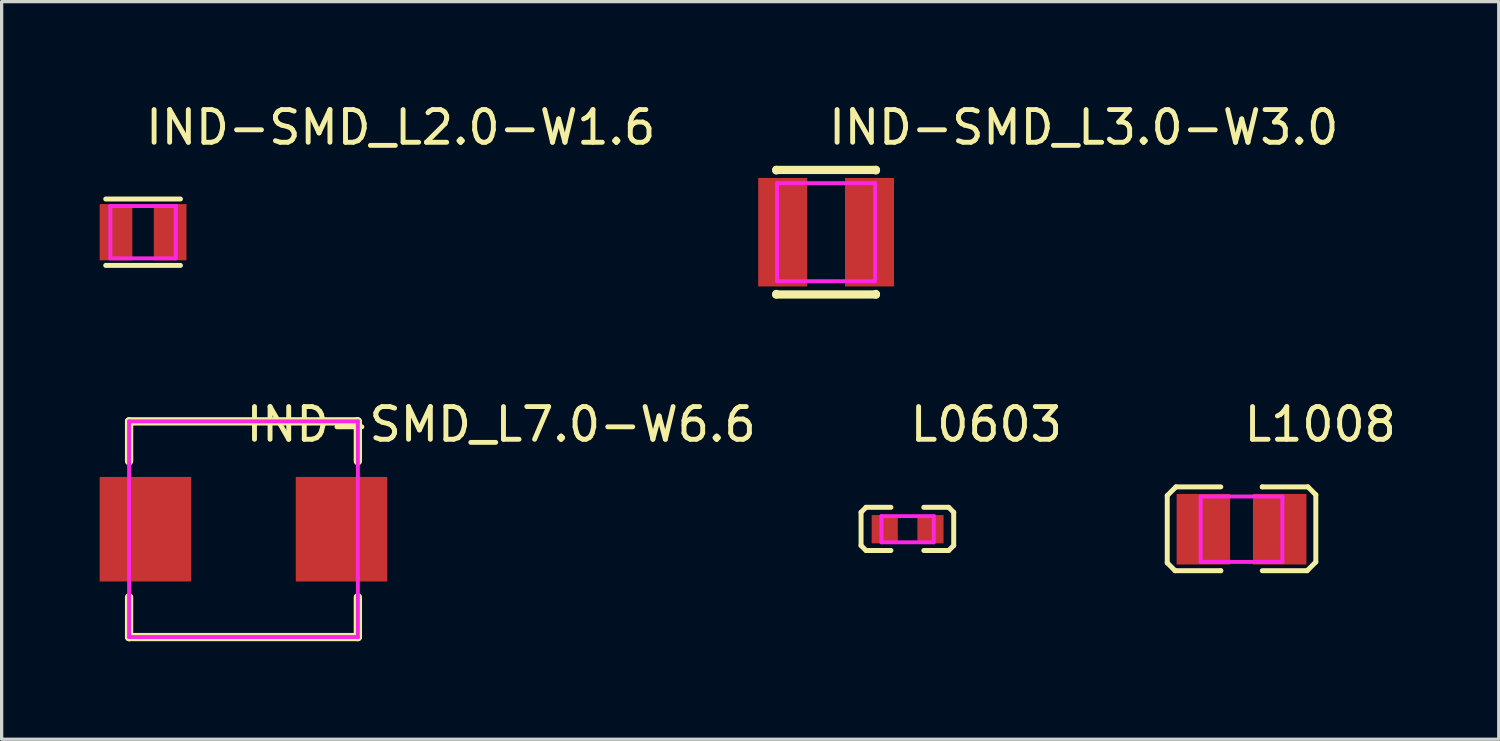
<source format=kicad_pcb>
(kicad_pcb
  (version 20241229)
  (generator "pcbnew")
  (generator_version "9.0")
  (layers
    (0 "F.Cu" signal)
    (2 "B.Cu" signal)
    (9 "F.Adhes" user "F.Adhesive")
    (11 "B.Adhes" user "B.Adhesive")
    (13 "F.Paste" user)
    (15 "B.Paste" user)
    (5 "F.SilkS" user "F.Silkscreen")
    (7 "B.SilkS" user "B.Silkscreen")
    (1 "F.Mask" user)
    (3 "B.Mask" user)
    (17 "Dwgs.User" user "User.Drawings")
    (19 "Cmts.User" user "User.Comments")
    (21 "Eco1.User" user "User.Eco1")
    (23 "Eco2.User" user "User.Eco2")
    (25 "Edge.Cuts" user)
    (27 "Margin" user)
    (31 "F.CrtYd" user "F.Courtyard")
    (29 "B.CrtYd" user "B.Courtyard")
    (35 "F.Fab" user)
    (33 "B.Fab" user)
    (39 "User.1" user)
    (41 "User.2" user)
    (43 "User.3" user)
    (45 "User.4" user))
  (footprint "L0603"
    (layer "F.Cu")
    (at 24.721 13.143)
    (property "Reference" "L0603" (at 0 -3.207 0) (layer "F.SilkS") (effects (font (size 1 1) (thickness 0.15)) (justify left)))
    (attr through_hole)
    (fp_line (start -1.424 -0.517) (end -1.272 -0.67) (stroke (width 0.152) (type solid)) (layer "F.SilkS"))
    (fp_line (start -1.424 0.499) (end -1.424 -0.517) (stroke (width 0.152) (type solid)) (layer "F.SilkS"))
    (fp_line (start -1.272 -0.67) (end -0.51 -0.67) (stroke (width 0.152) (type solid)) (layer "F.SilkS"))
    (fp_line (start -1.272 0.651) (end -1.424 0.499) (stroke (width 0.152) (type solid)) (layer "F.SilkS"))
    (fp_line (start -1.272 0.651) (end -0.51 0.651) (stroke (width 0.152) (type solid)) (layer "F.SilkS"))
    (fp_line (start 1.258 -0.67) (end 0.496 -0.67) (stroke (width 0.152) (type solid)) (layer "F.SilkS"))
    (fp_line (start 1.258 -0.67) (end 1.411 -0.517) (stroke (width 0.152) (type solid)) (layer "F.SilkS"))
    (fp_line (start 1.258 0.651) (end 0.496 0.651) (stroke (width 0.152) (type solid)) (layer "F.SilkS"))
    (fp_line (start 1.411 -0.517) (end 1.411 0.499) (stroke (width 0.152) (type solid)) (layer "F.SilkS"))
    (fp_line (start 1.411 0.499) (end 1.258 0.651) (stroke (width 0.152) (type solid)) (layer "F.SilkS"))
    (fp_poly (pts (xy -0.252 -0.143) (xy -0.252 0.134) (xy -0.526 0.427) (xy -1.029 0.427) (xy -1.093 0.363) (xy -1.093 -0.373) (xy -1.029 -0.437) (xy -0.526 -0.437)) (stroke (width 0.12) (type solid)) (fill yes) (layer "F.Paste"))
    (fp_poly (pts (xy 0.264 -0.154) (xy 0.264 0.122) (xy 0.538 0.416) (xy 1.042 0.416) (xy 1.106 0.352) (xy 1.106 -0.384) (xy 1.042 -0.448) (xy 0.538 -0.448)) (stroke (width 0.12) (type solid)) (fill yes) (layer "F.Paste"))
    (fp_circle (center -0.8 0.4) (end -0.77 0.4) (stroke (width 0.06) (type solid)) (fill no) (layer "Eco2.User"))
    (fp_poly (pts (xy -0.5 0.4) (xy -0.8 0.4) (xy -0.8 -0.4) (xy -0.5 -0.4)) (stroke (width 0.12) (type solid)) (fill no) (layer "Eco2.User"))
    (fp_poly (pts (xy 0.8 0.4) (xy 0.5 0.4) (xy 0.5 -0.4) (xy 0.8 -0.4)) (stroke (width 0.12) (type solid)) (fill no) (layer "Eco2.User"))
    (fp_line (start -0.8 -0.4) (end 0.8 -0.4) (stroke (width 0.12) (type solid)) (layer "F.CrtYd"))
    (fp_line (start -0.8 0.4) (end -0.8 -0.4) (stroke (width 0.12) (type solid)) (layer "F.CrtYd"))
    (fp_line (start 0.8 -0.4) (end 0.8 0.4) (stroke (width 0.12) (type solid)) (layer "F.CrtYd"))
    (fp_line (start 0.8 0.4) (end -0.8 0.4) (stroke (width 0.12) (type solid)) (layer "F.CrtYd"))
    (pad "1" smd rect (at -0.7 0 180) (size 0.8 0.864) (layers "F.Cu" "F.Mask" "F.Paste"))
    (pad "2" smd rect (at 0.7 0 180) (size 0.8 0.864) (layers "F.Cu" "F.Mask" "F.Paste")))
  (footprint "L1008"
    (layer "F.Cu")
    (at 34.939 13.143)
    (property "Reference" "L1008" (at 0 -3.207 0) (layer "F.SilkS") (effects (font (size 1 1) (thickness 0.15)) (justify left)))
    (attr through_hole)
    (fp_line (start -2.273 -1.029) (end -2.007 -1.295) (stroke (width 0.152) (type solid)) (layer "F.SilkS"))
    (fp_line (start -2.273 1.029) (end -2.273 -1.029) (stroke (width 0.152) (type solid)) (layer "F.SilkS"))
    (fp_line (start -2.032 1.27) (end -2.273 1.029) (stroke (width 0.152) (type solid)) (layer "F.SilkS"))
    (fp_line (start -2.007 -1.295) (end -0.635 -1.295) (stroke (width 0.152) (type solid)) (layer "F.SilkS"))
    (fp_line (start -0.635 1.27) (end -2.032 1.27) (stroke (width 0.152) (type solid)) (layer "F.SilkS"))
    (fp_line (start -0.635 1.27) (end -0.635 1.27) (stroke (width 0.152) (type solid)) (layer "F.SilkS"))
    (fp_line (start 0.635 -1.295) (end 0.635 -1.295) (stroke (width 0.152) (type solid)) (layer "F.SilkS"))
    (fp_line (start 0.635 -1.295) (end 2.032 -1.295) (stroke (width 0.152) (type solid)) (layer "F.SilkS"))
    (fp_line (start 2.007 1.27) (end 0.635 1.27) (stroke (width 0.152) (type solid)) (layer "F.SilkS"))
    (fp_line (start 2.032 -1.295) (end 2.273 -1.054) (stroke (width 0.152) (type solid)) (layer "F.SilkS"))
    (fp_line (start 2.273 -1.054) (end 2.273 1.003) (stroke (width 0.152) (type solid)) (layer "F.SilkS"))
    (fp_line (start 2.273 1.003) (end 2.007 1.27) (stroke (width 0.152) (type solid)) (layer "F.SilkS"))
    (fp_poly (pts (xy -0.315 0.98) (xy -0.315 0.467) (xy -0.415 0.367) (xy -0.806 0.367) (xy -0.906 0.267) (xy -0.906 -0.267) (xy -0.806 -0.367) (xy -0.415 -0.367) (xy -0.315 -0.467) (xy -0.315 -0.98) (xy -0.415 -1.08) (xy -1.885 -1.08) (xy -1.985 -0.98) (xy -1.985 0.98) (xy -1.885 1.08) (xy -0.415 1.08)) (stroke (width 0.12) (type solid)) (fill yes) (layer "F.Paste"))
    (fp_poly (pts (xy 0.315 0.98) (xy 0.315 0.467) (xy 0.415 0.367) (xy 0.806 0.367) (xy 0.906 0.267) (xy 0.906 -0.267) (xy 0.806 -0.367) (xy 0.415 -0.367) (xy 0.315 -0.467) (xy 0.315 -0.98) (xy 0.415 -1.08) (xy 1.885 -1.08) (xy 1.985 -0.98) (xy 1.985 0.98) (xy 1.885 1.08) (xy 0.415 1.08)) (stroke (width 0.12) (type solid)) (fill yes) (layer "F.Paste"))
    (fp_circle (center -1.25 1) (end -1.22 1) (stroke (width 0.06) (type solid)) (fill no) (layer "Eco2.User"))
    (fp_poly (pts (xy -1.25 -1) (xy -0.75 -1) (xy -0.75 1) (xy -1.25 1)) (stroke (width 0.12) (type solid)) (fill no) (layer "Eco2.User"))
    (fp_poly (pts (xy 0.75 -1) (xy 1.25 -1) (xy 1.25 1) (xy 0.75 1)) (stroke (width 0.12) (type solid)) (fill no) (layer "Eco2.User"))
    (fp_line (start -1.25 -1) (end 1.25 -1) (stroke (width 0.12) (type solid)) (layer "F.CrtYd"))
    (fp_line (start -1.25 1) (end -1.25 -1) (stroke (width 0.12) (type solid)) (layer "F.CrtYd"))
    (fp_line (start 1.25 -1) (end 1.25 1) (stroke (width 0.12) (type solid)) (layer "F.CrtYd"))
    (fp_line (start 1.25 1) (end -1.25 1) (stroke (width 0.12) (type solid)) (layer "F.CrtYd"))
    (pad "1" smd rect (at -1.168 0) (size 1.635 2.16) (layers "F.Cu" "F.Mask" "F.Paste"))
    (pad "2" smd rect (at 1.168 0) (size 1.635 2.16) (layers "F.Cu" "F.Mask" "F.Paste")))
  (footprint "IND-SMD_L7.0-W6.6"
    (layer "F.Cu")
    (at 4.4 13.143)
    (property "Reference" "IND-SMD_L7.0-W6.6" (at 0 -3.207 0) (layer "F.SilkS") (effects (font (size 1 1) (thickness 0.15)) (justify left)))
    (attr through_hole)
    (fp_line (start -3.5 -3.3) (end 3.48 -3.3) (stroke (width 0.254) (type solid)) (layer "F.SilkS"))
    (fp_line (start -3.5 -2.081) (end -3.5 -3.3) (stroke (width 0.254) (type solid)) (layer "F.SilkS"))
    (fp_line (start -3.5 3.3) (end -3.5 2.081) (stroke (width 0.254) (type solid)) (layer "F.SilkS"))
    (fp_line (start -3.49 3.3) (end -3.5 3.3) (stroke (width 0.254) (type solid)) (layer "F.SilkS"))
    (fp_line (start 3.48 -3.3) (end 3.5 -3.28) (stroke (width 0.254) (type solid)) (layer "F.SilkS"))
    (fp_line (start 3.5 -3.3) (end 3.5 -2.081) (stroke (width 0.254) (type solid)) (layer "F.SilkS"))
    (fp_line (start 3.5 2.081) (end 3.5 3.3) (stroke (width 0.254) (type solid)) (layer "F.SilkS"))
    (fp_line (start 3.5 3.3) (end -3.49 3.3) (stroke (width 0.254) (type solid)) (layer "F.SilkS"))
    (fp_circle (center -3.5 3.3) (end -3.47 3.3) (stroke (width 0.06) (type solid)) (fill no) (layer "Eco2.User"))
    (fp_poly (pts (xy -1.9 1.5) (xy -3.5 1.5) (xy -3.5 -1.5) (xy -1.9 -1.5)) (stroke (width 0.12) (type solid)) (fill no) (layer "Eco2.User"))
    (fp_poly (pts (xy 1.9 -1.5) (xy 3.5 -1.5) (xy 3.5 1.5) (xy 1.9 1.5)) (stroke (width 0.12) (type solid)) (fill no) (layer "Eco2.User"))
    (fp_line (start -3.5 -3.3) (end 3.5 -3.3) (stroke (width 0.12) (type solid)) (layer "F.CrtYd"))
    (fp_line (start -3.5 3.3) (end -3.5 -3.3) (stroke (width 0.12) (type solid)) (layer "F.CrtYd"))
    (fp_line (start 3.5 -3.3) (end 3.5 3.3) (stroke (width 0.12) (type solid)) (layer "F.CrtYd"))
    (fp_line (start 3.5 3.3) (end -3.5 3.3) (stroke (width 0.12) (type solid)) (layer "F.CrtYd"))
    (pad "1" smd rect (at -3 0) (size 2.8 3.2) (layers "F.Cu" "F.Mask" "F.Paste"))
    (pad "2" smd rect (at 3 0) (size 2.8 3.2) (layers "F.Cu" "F.Mask" "F.Paste")))
  (footprint "IND-SMD_L3.0-W3.0"
    (layer "F.Cu")
    (at 22.227 4.055)
    (property "Reference" "IND-SMD_L3.0-W3.0" (at 0 -3.207 0) (layer "F.SilkS") (effects (font (size 1 1) (thickness 0.15)) (justify left)))
    (attr through_hole)
    (fp_line (start -1.524 -1.905) (end 1.524 -1.905) (stroke (width 0.254) (type solid)) (layer "F.SilkS"))
    (fp_line (start -1.524 -1.891) (end -1.524 -1.905) (stroke (width 0.254) (type solid)) (layer "F.SilkS"))
    (fp_line (start -1.524 1.905) (end -1.524 1.891) (stroke (width 0.254) (type solid)) (layer "F.SilkS"))
    (fp_line (start -1.524 1.905) (end 1.524 1.905) (stroke (width 0.254) (type solid)) (layer "F.SilkS"))
    (fp_line (start 1.524 -1.905) (end 1.524 -1.891) (stroke (width 0.254) (type solid)) (layer "F.SilkS"))
    (fp_line (start 1.524 1.891) (end 1.524 1.905) (stroke (width 0.254) (type solid)) (layer "F.SilkS"))
    (fp_circle (center 1.5 -1.5) (end 1.53 -1.5) (stroke (width 0.06) (type solid)) (fill no) (layer "Eco2.User"))
    (fp_poly (pts (xy -1.5 1.45) (xy -1.5 -1.45) (xy -0.75 -1.45) (xy -0.75 1.45)) (stroke (width 0.12) (type solid)) (fill no) (layer "Eco2.User"))
    (fp_poly (pts (xy 1.5 1.45) (xy 1.5 -1.45) (xy 0.75 -1.45) (xy 0.75 1.45)) (stroke (width 0.12) (type solid)) (fill no) (layer "Eco2.User"))
    (fp_line (start -1.5 -1.5) (end 1.5 -1.5) (stroke (width 0.12) (type solid)) (layer "F.CrtYd"))
    (fp_line (start -1.5 1.5) (end -1.5 -1.5) (stroke (width 0.12) (type solid)) (layer "F.CrtYd"))
    (fp_line (start 1.5 -1.5) (end 1.5 1.5) (stroke (width 0.12) (type solid)) (layer "F.CrtYd"))
    (fp_line (start 1.5 1.5) (end -1.5 1.5) (stroke (width 0.12) (type solid)) (layer "F.CrtYd"))
    (pad "1" smd rect (at 1.328 0) (size 1.5 3.32) (layers "F.Cu" "F.Mask" "F.Paste"))
    (pad "2" smd rect (at -1.328 0) (size 1.5 3.32) (layers "F.Cu" "F.Mask" "F.Paste")))
  (footprint "IND-SMD_L2.0-W1.6"
    (layer "F.Cu")
    (at 1.328 4.055)
    (property "Reference" "IND-SMD_L2.0-W1.6" (at 0 -3.207 0) (layer "F.SilkS") (effects (font (size 1 1) (thickness 0.15)) (justify left)))
    (attr smd)
    (fp_line (start -1.143 -1.016) (end 1.143 -1.016) (stroke (width 0.152) (type solid)) (layer "F.SilkS"))
    (fp_line (start 1.143 1.016) (end -1.143 1.016) (stroke (width 0.152) (type solid)) (layer "F.SilkS"))
    (fp_circle (center 1 -0.8) (end 1.03 -0.8) (stroke (width 0.06) (type solid)) (fill no) (layer "Eco2.User"))
    (fp_poly (pts (xy -1 -0.8) (xy -0.4 -0.8) (xy -0.4 0.8) (xy -1 0.8)) (stroke (width 0.12) (type solid)) (fill no) (layer "Eco2.User"))
    (fp_poly (pts (xy 0.4 -0.8) (xy 1 -0.8) (xy 1 0.8) (xy 0.4 0.8)) (stroke (width 0.12) (type solid)) (fill no) (layer "Eco2.User"))
    (fp_line (start -1 -0.8) (end 1 -0.8) (stroke (width 0.12) (type solid)) (layer "F.CrtYd"))
    (fp_line (start -1 0.8) (end -1 -0.8) (stroke (width 0.12) (type solid)) (layer "F.CrtYd"))
    (fp_line (start 1 -0.8) (end 1 0.8) (stroke (width 0.12) (type solid)) (layer "F.CrtYd"))
    (fp_line (start 1 0.8) (end -1 0.8) (stroke (width 0.12) (type solid)) (layer "F.CrtYd"))
    (pad "1" smd rect (at 0.828 0) (size 1 1.72) (layers "F.Cu" "F.Mask" "F.Paste"))
    (pad "2" smd rect (at -0.828 0) (size 1 1.72) (layers "F.Cu" "F.Mask" "F.Paste")))
  (gr_rect
    (start -3 -3)
    (end 42.809 19.57)
    (stroke (width 0.1) (type default))
    (fill no)
    (layer "Edge.Cuts")))
</source>
